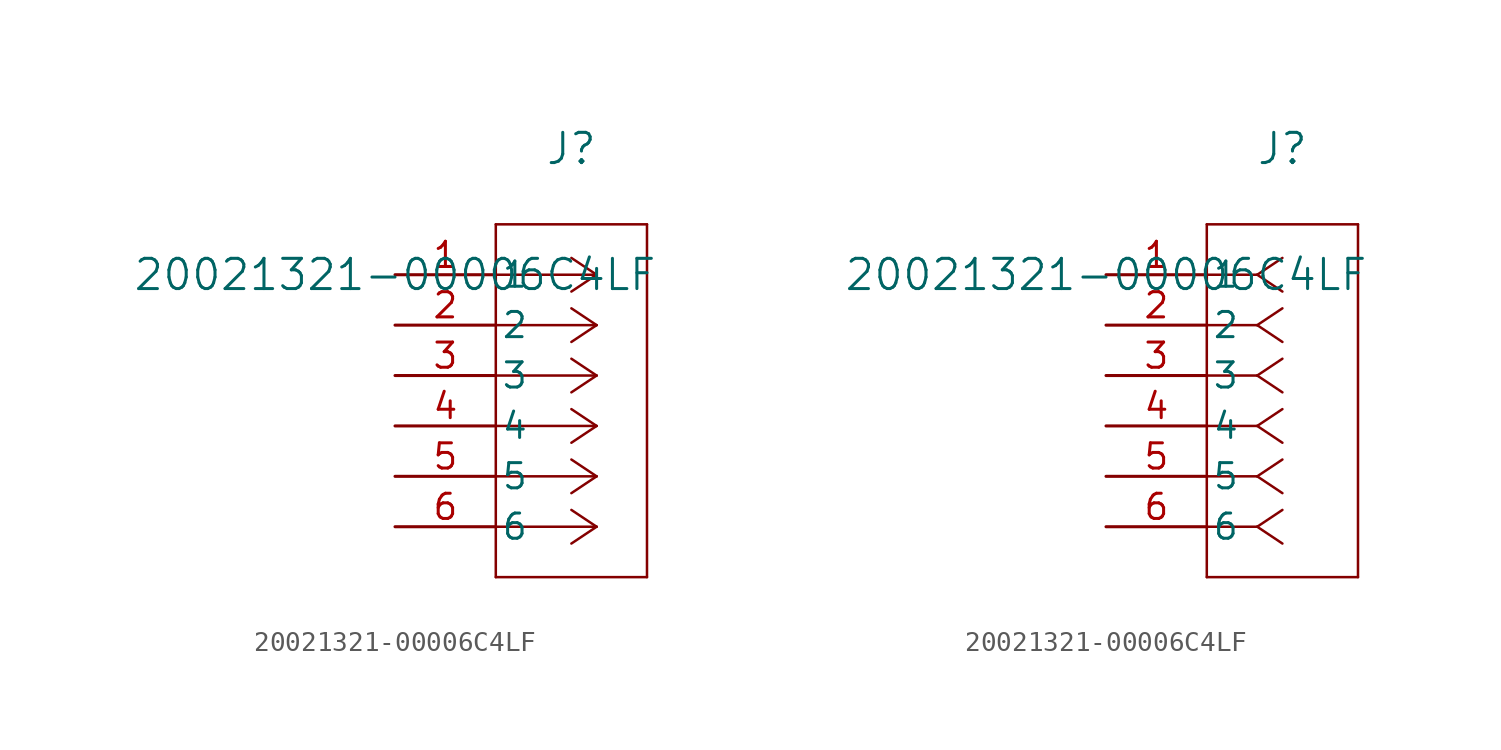
<source format=kicad_sym>
(kicad_symbol_lib
  (version 20211014)
  (generator kicad_symbol_editor)
  (symbol "20021321-00006C4LF"
    (pin_names
      (offset 0.254))
    (property "Reference" "J"
      (at 8.89 6.35 0)
      (effects (font (size 1.524 1.524))))
    (property "Value" "20021321-00006C4LF"
      (at 0 0 0)
      (effects (font (size 1.524 1.524))))
    (symbol "20021321-00006C4LF_1_1"
      (polyline (pts (xy 10.16 0) (xy 5.08 0)) (stroke (width 0.127) (type default) (color 0 0 0 0)) (fill (type none)))
      (polyline (pts (xy 10.16 -2.54) (xy 5.08 -2.54)) (stroke (width 0.127) (type default) (color 0 0 0 0)) (fill (type none)))
      (polyline (pts (xy 10.16 -5.08) (xy 5.08 -5.08)) (stroke (width 0.127) (type default) (color 0 0 0 0)) (fill (type none)))
      (polyline (pts (xy 10.16 -7.62) (xy 5.08 -7.62)) (stroke (width 0.127) (type default) (color 0 0 0 0)) (fill (type none)))
      (polyline (pts (xy 10.16 -10.16) (xy 5.08 -10.16)) (stroke (width 0.127) (type default) (color 0 0 0 0)) (fill (type none)))
      (polyline (pts (xy 10.16 -12.7) (xy 5.08 -12.7)) (stroke (width 0.127) (type default) (color 0 0 0 0)) (fill (type none)))
      (polyline (pts (xy 10.16 0) (xy 8.89 0.847)) (stroke (width 0.127) (type default) (color 0 0 0 0)) (fill (type none)))
      (polyline (pts (xy 10.16 -2.54) (xy 8.89 -1.693)) (stroke (width 0.127) (type default) (color 0 0 0 0)) (fill (type none)))
      (polyline (pts (xy 10.16 -5.08) (xy 8.89 -4.233)) (stroke (width 0.127) (type default) (color 0 0 0 0)) (fill (type none)))
      (polyline (pts (xy 10.16 -7.62) (xy 8.89 -6.773)) (stroke (width 0.127) (type default) (color 0 0 0 0)) (fill (type none)))
      (polyline (pts (xy 10.16 -10.16) (xy 8.89 -9.313)) (stroke (width 0.127) (type default) (color 0 0 0 0)) (fill (type none)))
      (polyline (pts (xy 10.16 -12.7) (xy 8.89 -11.853)) (stroke (width 0.127) (type default) (color 0 0 0 0)) (fill (type none)))
      (polyline (pts (xy 10.16 0) (xy 8.89 -0.847)) (stroke (width 0.127) (type default) (color 0 0 0 0)) (fill (type none)))
      (polyline (pts (xy 10.16 -2.54) (xy 8.89 -3.387)) (stroke (width 0.127) (type default) (color 0 0 0 0)) (fill (type none)))
      (polyline (pts (xy 10.16 -5.08) (xy 8.89 -5.927)) (stroke (width 0.127) (type default) (color 0 0 0 0)) (fill (type none)))
      (polyline (pts (xy 10.16 -7.62) (xy 8.89 -8.467)) (stroke (width 0.127) (type default) (color 0 0 0 0)) (fill (type none)))
      (polyline (pts (xy 10.16 -10.16) (xy 8.89 -11.007)) (stroke (width 0.127) (type default) (color 0 0 0 0)) (fill (type none)))
      (polyline (pts (xy 10.16 -12.7) (xy 8.89 -13.547)) (stroke (width 0.127) (type default) (color 0 0 0 0)) (fill (type none)))
      (polyline (pts (xy 5.08 2.54) (xy 5.08 -15.24)) (stroke (width 0.127) (type default) (color 0 0 0 0)) (fill (type none)))
      (polyline (pts (xy 5.08 -15.24) (xy 12.7 -15.24)) (stroke (width 0.127) (type default) (color 0 0 0 0)) (fill (type none)))
      (polyline (pts (xy 12.7 -15.24) (xy 12.7 2.54)) (stroke (width 0.127) (type default) (color 0 0 0 0)) (fill (type none)))
      (polyline (pts (xy 12.7 2.54) (xy 5.08 2.54)) (stroke (width 0.127) (type default) (color 0 0 0 0)) (fill (type none)))
      (pin unspecified line (at 0 0 0) (length 5.08) (name "1" (effects (font (size 1.27 1.27)))) (number "1" (effects (font (size 1.27 1.27)))))
      (pin unspecified line (at 0 -2.54 0) (length 5.08) (name "2" (effects (font (size 1.27 1.27)))) (number "2" (effects (font (size 1.27 1.27)))))
      (pin unspecified line (at 0 -5.08 0) (length 5.08) (name "3" (effects (font (size 1.27 1.27)))) (number "3" (effects (font (size 1.27 1.27)))))
      (pin unspecified line (at 0 -7.62 0) (length 5.08) (name "4" (effects (font (size 1.27 1.27)))) (number "4" (effects (font (size 1.27 1.27)))))
      (pin unspecified line (at 0 -10.16 0) (length 5.08) (name "5" (effects (font (size 1.27 1.27)))) (number "5" (effects (font (size 1.27 1.27)))))
      (pin unspecified line (at 0 -12.7 0) (length 5.08) (name "6" (effects (font (size 1.27 1.27)))) (number "6" (effects (font (size 1.27 1.27))))))
    (symbol "20021321-00006C4LF_1_2"
      (polyline (pts (xy 7.62 0) (xy 5.08 0)) (stroke (width 0.127) (type default) (color 0 0 0 0)) (fill (type none)))
      (polyline (pts (xy 7.62 -2.54) (xy 5.08 -2.54)) (stroke (width 0.127) (type default) (color 0 0 0 0)) (fill (type none)))
      (polyline (pts (xy 7.62 -5.08) (xy 5.08 -5.08)) (stroke (width 0.127) (type default) (color 0 0 0 0)) (fill (type none)))
      (polyline (pts (xy 7.62 -7.62) (xy 5.08 -7.62)) (stroke (width 0.127) (type default) (color 0 0 0 0)) (fill (type none)))
      (polyline (pts (xy 7.62 -10.16) (xy 5.08 -10.16)) (stroke (width 0.127) (type default) (color 0 0 0 0)) (fill (type none)))
      (polyline (pts (xy 7.62 -12.7) (xy 5.08 -12.7)) (stroke (width 0.127) (type default) (color 0 0 0 0)) (fill (type none)))
      (polyline (pts (xy 7.62 0) (xy 8.89 0.847)) (stroke (width 0.127) (type default) (color 0 0 0 0)) (fill (type none)))
      (polyline (pts (xy 7.62 -2.54) (xy 8.89 -1.693)) (stroke (width 0.127) (type default) (color 0 0 0 0)) (fill (type none)))
      (polyline (pts (xy 7.62 -5.08) (xy 8.89 -4.233)) (stroke (width 0.127) (type default) (color 0 0 0 0)) (fill (type none)))
      (polyline (pts (xy 7.62 -7.62) (xy 8.89 -6.773)) (stroke (width 0.127) (type default) (color 0 0 0 0)) (fill (type none)))
      (polyline (pts (xy 7.62 -10.16) (xy 8.89 -9.313)) (stroke (width 0.127) (type default) (color 0 0 0 0)) (fill (type none)))
      (polyline (pts (xy 7.62 -12.7) (xy 8.89 -11.853)) (stroke (width 0.127) (type default) (color 0 0 0 0)) (fill (type none)))
      (polyline (pts (xy 7.62 0) (xy 8.89 -0.847)) (stroke (width 0.127) (type default) (color 0 0 0 0)) (fill (type none)))
      (polyline (pts (xy 7.62 -2.54) (xy 8.89 -3.387)) (stroke (width 0.127) (type default) (color 0 0 0 0)) (fill (type none)))
      (polyline (pts (xy 7.62 -5.08) (xy 8.89 -5.927)) (stroke (width 0.127) (type default) (color 0 0 0 0)) (fill (type none)))
      (polyline (pts (xy 7.62 -7.62) (xy 8.89 -8.467)) (stroke (width 0.127) (type default) (color 0 0 0 0)) (fill (type none)))
      (polyline (pts (xy 7.62 -10.16) (xy 8.89 -11.007)) (stroke (width 0.127) (type default) (color 0 0 0 0)) (fill (type none)))
      (polyline (pts (xy 7.62 -12.7) (xy 8.89 -13.547)) (stroke (width 0.127) (type default) (color 0 0 0 0)) (fill (type none)))
      (polyline (pts (xy 5.08 2.54) (xy 5.08 -15.24)) (stroke (width 0.127) (type default) (color 0 0 0 0)) (fill (type none)))
      (polyline (pts (xy 5.08 -15.24) (xy 12.7 -15.24)) (stroke (width 0.127) (type default) (color 0 0 0 0)) (fill (type none)))
      (polyline (pts (xy 12.7 -15.24) (xy 12.7 2.54)) (stroke (width 0.127) (type default) (color 0 0 0 0)) (fill (type none)))
      (polyline (pts (xy 12.7 2.54) (xy 5.08 2.54)) (stroke (width 0.127) (type default) (color 0 0 0 0)) (fill (type none)))
      (pin unspecified line (at 0 0 0) (length 5.08) (name "1" (effects (font (size 1.27 1.27)))) (number "1" (effects (font (size 1.27 1.27)))))
      (pin unspecified line (at 0 -2.54 0) (length 5.08) (name "2" (effects (font (size 1.27 1.27)))) (number "2" (effects (font (size 1.27 1.27)))))
      (pin unspecified line (at 0 -5.08 0) (length 5.08) (name "3" (effects (font (size 1.27 1.27)))) (number "3" (effects (font (size 1.27 1.27)))))
      (pin unspecified line (at 0 -7.62 0) (length 5.08) (name "4" (effects (font (size 1.27 1.27)))) (number "4" (effects (font (size 1.27 1.27)))))
      (pin unspecified line (at 0 -10.16 0) (length 5.08) (name "5" (effects (font (size 1.27 1.27)))) (number "5" (effects (font (size 1.27 1.27)))))
      (pin unspecified line (at 0 -12.7 0) (length 5.08) (name "6" (effects (font (size 1.27 1.27)))) (number "6" (effects (font (size 1.27 1.27))))))))
</source>
